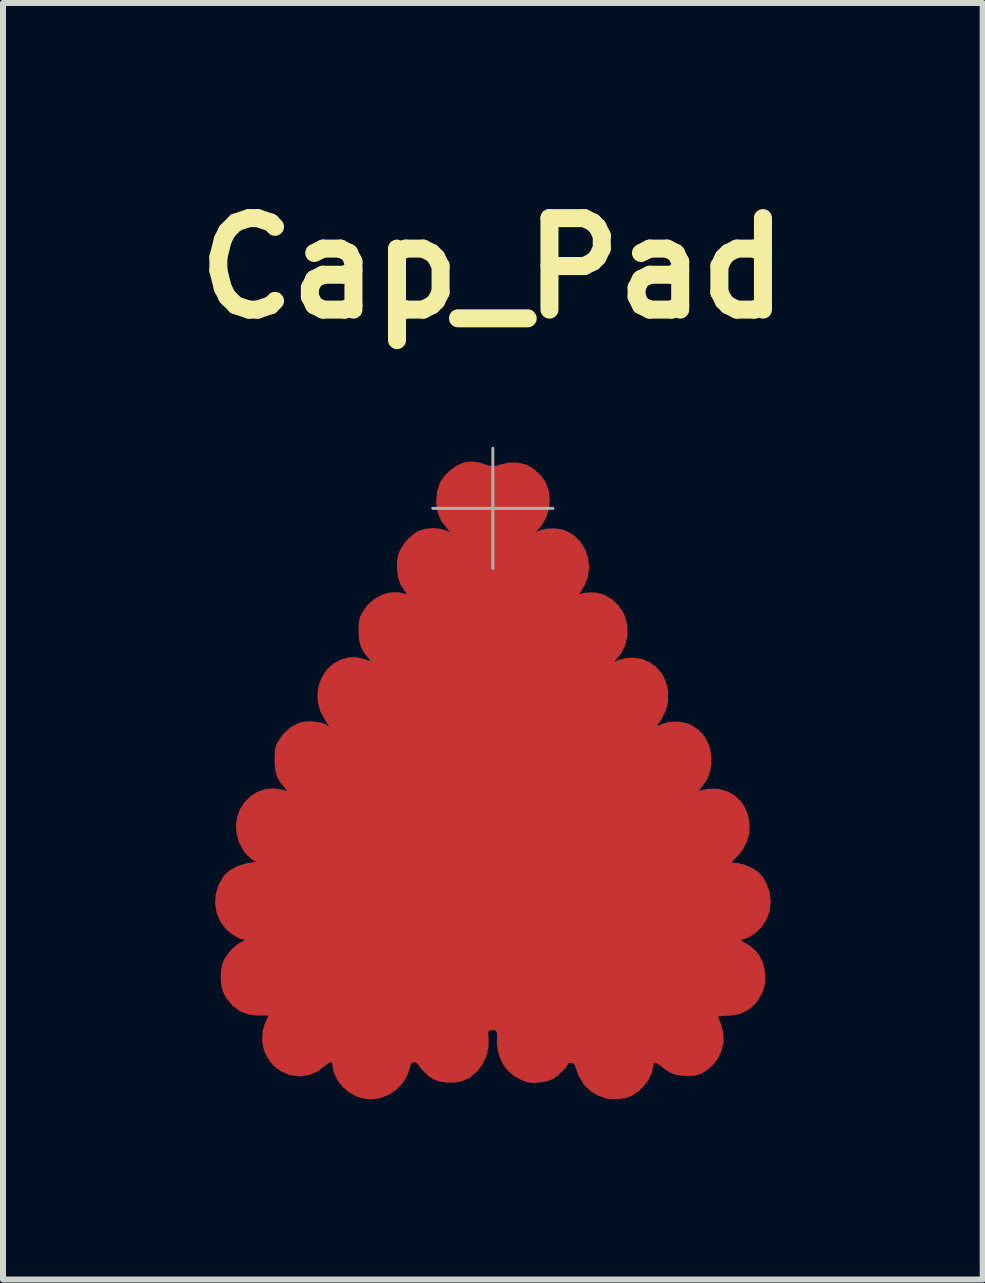
<source format=kicad_pcb>
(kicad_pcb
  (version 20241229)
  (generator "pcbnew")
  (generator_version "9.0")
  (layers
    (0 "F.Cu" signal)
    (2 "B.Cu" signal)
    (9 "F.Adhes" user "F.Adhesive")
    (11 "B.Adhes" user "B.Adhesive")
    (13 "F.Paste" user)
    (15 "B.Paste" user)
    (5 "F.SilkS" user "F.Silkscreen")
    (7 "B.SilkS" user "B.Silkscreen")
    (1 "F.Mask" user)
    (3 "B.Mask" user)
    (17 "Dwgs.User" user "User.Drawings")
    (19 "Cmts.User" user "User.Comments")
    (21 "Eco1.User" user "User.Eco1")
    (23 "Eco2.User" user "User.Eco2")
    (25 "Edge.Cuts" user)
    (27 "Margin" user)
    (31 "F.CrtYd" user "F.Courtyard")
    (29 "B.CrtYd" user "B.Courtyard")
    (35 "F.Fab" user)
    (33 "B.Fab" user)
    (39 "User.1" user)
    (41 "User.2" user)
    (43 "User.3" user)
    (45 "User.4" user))
  (footprint "Cap_Pad"
    (layer "F.Cu")
    (at 5.16 5.418)
    (property "Reference" "Cap_Pad" (at 0 -4 0) (layer "F.SilkS") (effects (font (size 1.524 1.524) (thickness 0.3))))
    (attr exclude_from_pos_files exclude_from_bom)
    (fp_circle (center -3.49 6.71) (end -3.489 6.71) (stroke (width 0.3) (type solid)) (fill no) (layer "F.Mask"))
    (fp_circle (center -3.44 7.39) (end -3.439 7.39) (stroke (width 0.3) (type solid)) (fill no) (layer "F.Mask"))
    (fp_circle (center -3.39 6.02) (end -3.389 6.02) (stroke (width 0.3) (type solid)) (fill no) (layer "F.Mask"))
    (fp_circle (center -3.19 7.94) (end -3.189 7.94) (stroke (width 0.3) (type solid)) (fill no) (layer "F.Mask"))
    (fp_circle (center -3.18 5.35) (end -3.179 5.35) (stroke (width 0.3) (type solid)) (fill no) (layer "F.Mask"))
    (fp_circle (center -2.94 4.81) (end -2.939 4.81) (stroke (width 0.3) (type solid)) (fill no) (layer "F.Mask"))
    (fp_circle (center -2.8 8.37) (end -2.799 8.37) (stroke (width 0.3) (type solid)) (fill no) (layer "F.Mask"))
    (fp_circle (center -2.6 4.29) (end -2.599 4.29) (stroke (width 0.3) (type solid)) (fill no) (layer "F.Mask"))
    (fp_circle (center -2.22 3.7) (end -2.219 3.7) (stroke (width 0.3) (type solid)) (fill no) (layer "F.Mask"))
    (fp_circle (center -2.19 8.6) (end -2.189 8.6) (stroke (width 0.3) (type solid)) (fill no) (layer "F.Mask"))
    (fp_circle (center -1.78 3.12) (end -1.779 3.12) (stroke (width 0.3) (type solid)) (fill no) (layer "F.Mask"))
    (fp_circle (center -1.56 8.59) (end -1.559 8.59) (stroke (width 0.3) (type solid)) (fill no) (layer "F.Mask"))
    (fp_circle (center -1.45 2.51) (end -1.449 2.51) (stroke (width 0.3) (type solid)) (fill no) (layer "F.Mask"))
    (fp_circle (center -1.07 1.9) (end -1.069 1.9) (stroke (width 0.3) (type solid)) (fill no) (layer "F.Mask"))
    (fp_circle (center -0.95 8.42) (end -0.949 8.42) (stroke (width 0.3) (type solid)) (fill no) (layer "F.Mask"))
    (fp_circle (center -0.74 1.39) (end -0.739 1.39) (stroke (width 0.3) (type solid)) (fill no) (layer "F.Mask"))
    (fp_circle (center -0.4 0.8) (end -0.399 0.8) (stroke (width 0.3) (type solid)) (fill no) (layer "F.Mask"))
    (fp_circle (center -0.33 8.14) (end -0.329 8.14) (stroke (width 0.3) (type solid)) (fill no) (layer "F.Mask"))
    (fp_circle (center 0 0.24) (end 0.001 0.24) (stroke (width 0.3) (type solid)) (fill no) (layer "F.Mask"))
    (fp_circle (center 0.33 8.14) (end 0.331 8.14) (stroke (width 0.3) (type solid)) (fill no) (layer "F.Mask"))
    (fp_circle (center 0.39 0.8) (end 0.391 0.8) (stroke (width 0.3) (type solid)) (fill no) (layer "F.Mask"))
    (fp_circle (center 0.74 1.39) (end 0.741 1.39) (stroke (width 0.3) (type solid)) (fill no) (layer "F.Mask"))
    (fp_circle (center 0.96 8.41) (end 0.961 8.41) (stroke (width 0.3) (type solid)) (fill no) (layer "F.Mask"))
    (fp_circle (center 1.07 1.91) (end 1.071 1.91) (stroke (width 0.3) (type solid)) (fill no) (layer "F.Mask"))
    (fp_circle (center 1.46 2.52) (end 1.461 2.52) (stroke (width 0.3) (type solid)) (fill no) (layer "F.Mask"))
    (fp_circle (center 1.56 8.59) (end 1.561 8.59) (stroke (width 0.3) (type solid)) (fill no) (layer "F.Mask"))
    (fp_circle (center 1.77 3.11) (end 1.771 3.11) (stroke (width 0.3) (type solid)) (fill no) (layer "F.Mask"))
    (fp_circle (center 2.19 8.6) (end 2.191 8.6) (stroke (width 0.3) (type solid)) (fill no) (layer "F.Mask"))
    (fp_circle (center 2.23 3.71) (end 2.231 3.71) (stroke (width 0.3) (type solid)) (fill no) (layer "F.Mask"))
    (fp_circle (center 2.62 4.3) (end 2.621 4.3) (stroke (width 0.3) (type solid)) (fill no) (layer "F.Mask"))
    (fp_circle (center 2.8 8.37) (end 2.801 8.37) (stroke (width 0.3) (type solid)) (fill no) (layer "F.Mask"))
    (fp_circle (center 2.94 4.81) (end 2.941 4.81) (stroke (width 0.3) (type solid)) (fill no) (layer "F.Mask"))
    (fp_circle (center 3.19 5.35) (end 3.191 5.35) (stroke (width 0.3) (type solid)) (fill no) (layer "F.Mask"))
    (fp_circle (center 3.19 7.94) (end 3.191 7.94) (stroke (width 0.3) (type solid)) (fill no) (layer "F.Mask"))
    (fp_circle (center 3.4 6.04) (end 3.401 6.04) (stroke (width 0.3) (type solid)) (fill no) (layer "F.Mask"))
    (fp_circle (center 3.44 7.39) (end 3.441 7.39) (stroke (width 0.3) (type solid)) (fill no) (layer "F.Mask"))
    (fp_circle (center 3.48 6.72) (end 3.481 6.72) (stroke (width 0.3) (type solid)) (fill no) (layer "F.Mask"))
    (fp_poly (pts (xy 0.014 0.917) (xy 0.046 0.965) (xy 0.093 1.039) (xy 0.152 1.132) (xy 0.218 1.241) (xy 0.233 1.265) (xy 0.411 1.556) (xy 0.595 1.856) (xy 0.784 2.158) (xy 0.974 2.459) (xy 1.162 2.755) (xy 1.345 3.04) (xy 1.521 3.311) (xy 1.686 3.563) (xy 1.839 3.792) (xy 1.975 3.992) (xy 2.085 4.149) (xy 2.265 4.406) (xy 2.42 4.636) (xy 2.552 4.843) (xy 2.663 5.032) (xy 2.756 5.207) (xy 2.834 5.373) (xy 2.899 5.534) (xy 2.952 5.696) (xy 2.997 5.862) (xy 3.02 5.963) (xy 3.039 6.085) (xy 3.052 6.233) (xy 3.059 6.395) (xy 3.059 6.56) (xy 3.053 6.719) (xy 3.041 6.859) (xy 3.022 6.97) (xy 3.018 6.985) (xy 2.932 7.234) (xy 2.818 7.452) (xy 2.675 7.639) (xy 2.504 7.794) (xy 2.305 7.918) (xy 2.078 8.01) (xy 1.984 8.037) (xy 1.899 8.056) (xy 1.823 8.068) (xy 1.742 8.073) (xy 1.642 8.073) (xy 1.544 8.069) (xy 1.242 8.034) (xy 0.938 7.958) (xy 0.634 7.841) (xy 0.332 7.683) (xy 0.143 7.564) (xy 0.08 7.523) (xy 0.028 7.494) (xy 0.001 7.483) (xy 0.001 7.483) (xy -0.025 7.494) (xy -0.078 7.523) (xy -0.148 7.566) (xy -0.196 7.596) (xy -0.514 7.78) (xy -0.839 7.923) (xy -1.126 8.014) (xy -1.275 8.044) (xy -1.441 8.063) (xy -1.613 8.071) (xy -1.779 8.067) (xy -1.924 8.052) (xy -2.002 8.035) (xy -2.238 7.951) (xy -2.447 7.835) (xy -2.628 7.688) (xy -2.78 7.509) (xy -2.904 7.3) (xy -2.998 7.06) (xy -3.02 6.985) (xy -3.04 6.88) (xy -3.053 6.744) (xy -3.061 6.588) (xy -3.061 6.423) (xy -3.056 6.259) (xy -3.044 6.109) (xy -3.025 5.982) (xy -3.022 5.963) (xy -2.948 5.684) (xy -2.848 5.408) (xy -2.718 5.13) (xy -2.556 4.844) (xy -2.389 4.587) (xy -2.036 4.067) (xy -1.705 3.574) (xy -1.393 3.102) (xy -1.096 2.644) (xy -0.81 2.196) (xy -0.531 1.75) (xy -0.286 1.35) (xy -0.21 1.226) (xy -0.141 1.116) (xy -0.083 1.023) (xy -0.038 0.953) (xy -0.009 0.911) (xy 0 0.9) (xy 0.014 0.917)) (stroke (width 0.01) (type solid)) (fill yes) (layer "F.Mask"))
    (fp_poly (pts (xy -0.182 -0.751) (xy -0.149 -0.741) (xy -0.000001 -0.693) (xy 0.149 -0.741) (xy 0.309 -0.773) (xy 0.46 -0.764) (xy 0.599 -0.715) (xy 0.727 -0.626) (xy 0.751 -0.602) (xy 0.851 -0.473) (xy 0.914 -0.325) (xy 0.94 -0.158) (xy 0.94 -0.127) (xy 0.927 0.025) (xy 0.884 0.155) (xy 0.807 0.275) (xy 0.776 0.311) (xy 0.7 0.395) (xy 0.821 0.354) (xy 0.965 0.325) (xy 1.105 0.334) (xy 1.235 0.377) (xy 1.351 0.449) (xy 1.45 0.547) (xy 1.527 0.665) (xy 1.578 0.799) (xy 1.599 0.945) (xy 1.585 1.099) (xy 1.577 1.132) (xy 1.548 1.219) (xy 1.509 1.305) (xy 1.483 1.347) (xy 1.422 1.435) (xy 1.5 1.413) (xy 1.601 1.4) (xy 1.718 1.407) (xy 1.831 1.431) (xy 1.898 1.457) (xy 2 1.527) (xy 2.094 1.625) (xy 2.17 1.738) (xy 2.211 1.832) (xy 2.241 1.99) (xy 2.233 2.149) (xy 2.191 2.3) (xy 2.116 2.435) (xy 2.071 2.49) (xy 2.008 2.556) (xy 2.12 2.517) (xy 2.277 2.481) (xy 2.422 2.487) (xy 2.559 2.534) (xy 2.687 2.622) (xy 2.732 2.665) (xy 2.829 2.781) (xy 2.889 2.901) (xy 2.917 3.036) (xy 2.921 3.123) (xy 2.907 3.273) (xy 2.861 3.407) (xy 2.782 3.537) (xy 2.707 3.64) (xy 2.808 3.593) (xy 2.919 3.56) (xy 3.045 3.548) (xy 3.17 3.558) (xy 3.266 3.586) (xy 3.381 3.656) (xy 3.485 3.758) (xy 3.568 3.879) (xy 3.587 3.919) (xy 3.617 3.991) (xy 3.634 4.051) (xy 3.639 4.116) (xy 3.637 4.204) (xy 3.636 4.22) (xy 3.619 4.362) (xy 3.581 4.479) (xy 3.517 4.586) (xy 3.466 4.65) (xy 3.429 4.695) (xy 3.421 4.714) (xy 3.439 4.711) (xy 3.44 4.711) (xy 3.593 4.67) (xy 3.745 4.669) (xy 3.888 4.706) (xy 4.018 4.779) (xy 4.129 4.885) (xy 4.206 5.004) (xy 4.251 5.131) (xy 4.272 5.275) (xy 4.267 5.419) (xy 4.256 5.476) (xy 4.221 5.571) (xy 4.165 5.671) (xy 4.098 5.761) (xy 4.03 5.826) (xy 4.022 5.831) (xy 3.98 5.862) (xy 3.959 5.884) (xy 3.958 5.887) (xy 3.977 5.896) (xy 4.026 5.906) (xy 4.072 5.911) (xy 4.222 5.946) (xy 4.351 6.012) (xy 4.458 6.105) (xy 4.539 6.219) (xy 4.595 6.349) (xy 4.622 6.488) (xy 4.619 6.632) (xy 4.584 6.775) (xy 4.516 6.91) (xy 4.425 7.022) (xy 4.346 7.086) (xy 4.26 7.137) (xy 4.231 7.149) (xy 4.162 7.176) (xy 4.132 7.197) (xy 4.141 7.213) (xy 4.177 7.226) (xy 4.239 7.256) (xy 4.312 7.314) (xy 4.385 7.39) (xy 4.448 7.473) (xy 4.479 7.528) (xy 4.527 7.672) (xy 4.538 7.826) (xy 4.513 7.981) (xy 4.454 8.129) (xy 4.373 8.248) (xy 4.324 8.294) (xy 4.252 8.344) (xy 4.187 8.381) (xy 4.106 8.417) (xy 4.035 8.437) (xy 3.954 8.445) (xy 3.902 8.445) (xy 3.827 8.446) (xy 3.772 8.449) (xy 3.747 8.453) (xy 3.747 8.453) (xy 3.754 8.476) (xy 3.775 8.524) (xy 3.792 8.565) (xy 3.826 8.671) (xy 3.839 8.797) (xy 3.839 8.817) (xy 3.837 8.907) (xy 3.825 8.978) (xy 3.798 9.051) (xy 3.771 9.109) (xy 3.684 9.243) (xy 3.573 9.346) (xy 3.445 9.415) (xy 3.305 9.451) (xy 3.16 9.452) (xy 3.015 9.417) (xy 2.875 9.345) (xy 2.802 9.287) (xy 2.737 9.238) (xy 2.693 9.226) (xy 2.67 9.25) (xy 2.667 9.28) (xy 2.648 9.387) (xy 2.597 9.5) (xy 2.521 9.609) (xy 2.426 9.703) (xy 2.32 9.773) (xy 2.302 9.781) (xy 2.166 9.821) (xy 2.015 9.833) (xy 1.866 9.815) (xy 1.762 9.781) (xy 1.66 9.72) (xy 1.564 9.634) (xy 1.481 9.533) (xy 1.418 9.426) (xy 1.382 9.322) (xy 1.376 9.27) (xy 1.357 9.237) (xy 1.323 9.223) (xy 1.282 9.224) (xy 1.248 9.251) (xy 1.226 9.284) (xy 1.13 9.403) (xy 1.011 9.49) (xy 0.877 9.543) (xy 0.732 9.564) (xy 0.585 9.549) (xy 0.441 9.499) (xy 0.306 9.413) (xy 0.297 9.406) (xy 0.201 9.299) (xy 0.128 9.166) (xy 0.083 9.018) (xy 0.072 8.866) (xy 0.074 8.826) (xy 0.08 8.757) (xy 0.075 8.717) (xy 0.058 8.693) (xy 0.044 8.683) (xy -0.000229 8.667) (xy -0.044 8.683) (xy -0.068 8.704) (xy -0.079 8.735) (xy -0.078 8.788) (xy -0.074 8.826) (xy -0.076 8.965) (xy -0.107 9.11) (xy -0.162 9.241) (xy -0.178 9.267) (xy -0.277 9.388) (xy -0.401 9.479) (xy -0.542 9.539) (xy -0.693 9.565) (xy -0.845 9.553) (xy -0.91 9.536) (xy -1.002 9.491) (xy -1.099 9.42) (xy -1.189 9.334) (xy -1.25 9.255) (xy -1.287 9.225) (xy -1.33 9.22) (xy -1.365 9.238) (xy -1.376 9.27) (xy -1.394 9.367) (xy -1.443 9.474) (xy -1.516 9.579) (xy -1.605 9.674) (xy -1.704 9.749) (xy -1.762 9.779) (xy -1.88 9.816) (xy -2.009 9.834) (xy -2.132 9.831) (xy -2.212 9.814) (xy -2.328 9.768) (xy -2.419 9.712) (xy -2.501 9.635) (xy -2.515 9.62) (xy -2.581 9.528) (xy -2.632 9.426) (xy -2.662 9.327) (xy -2.667 9.279) (xy -2.676 9.232) (xy -2.704 9.22) (xy -2.752 9.245) (xy -2.797 9.282) (xy -2.931 9.378) (xy -3.073 9.435) (xy -3.219 9.456) (xy -3.363 9.441) (xy -3.498 9.392) (xy -3.62 9.309) (xy -3.722 9.193) (xy -3.771 9.109) (xy -3.827 8.953) (xy -3.843 8.795) (xy -3.821 8.641) (xy -3.792 8.562) (xy -3.767 8.503) (xy -3.752 8.461) (xy -3.751 8.449) (xy -3.773 8.446) (xy -3.828 8.442) (xy -3.903 8.439) (xy -3.926 8.439) (xy -4.089 8.42) (xy -4.225 8.369) (xy -4.338 8.283) (xy -4.432 8.162) (xy -4.469 8.094) (xy -4.524 7.938) (xy -4.54 7.78) (xy -4.517 7.627) (xy -4.456 7.484) (xy -4.358 7.357) (xy -4.324 7.324) (xy -4.263 7.276) (xy -4.207 7.239) (xy -4.177 7.226) (xy -4.137 7.211) (xy -4.134 7.194) (xy -4.17 7.172) (xy -4.228 7.15) (xy -4.351 7.084) (xy -4.387 7.052) (xy -4 7.052) (xy -3.978 7.374) (xy -3.922 7.68) (xy -3.832 7.967) (xy -3.707 8.235) (xy -3.552 8.474) (xy -3.389 8.657) (xy -3.195 8.813) (xy -2.972 8.942) (xy -2.725 9.041) (xy -2.456 9.108) (xy -2.365 9.123) (xy -2.243 9.133) (xy -2.092 9.135) (xy -1.925 9.128) (xy -1.757 9.114) (xy -1.598 9.094) (xy -1.517 9.08) (xy -1.236 9.009) (xy -0.942 8.909) (xy -0.65 8.787) (xy -0.371 8.646) (xy -0.215 8.555) (xy -0.136 8.508) (xy -0.066 8.471) (xy -0.017 8.449) (xy -0.002 8.445) (xy 0.031 8.456) (xy 0.091 8.484) (xy 0.168 8.526) (xy 0.235 8.566) (xy 0.532 8.729) (xy 0.839 8.867) (xy 1.149 8.979) (xy 1.455 9.061) (xy 1.748 9.11) (xy 1.842 9.119) (xy 2.157 9.125) (xy 2.45 9.096) (xy 2.721 9.033) (xy 2.969 8.934) (xy 3.193 8.803) (xy 3.392 8.637) (xy 3.566 8.439) (xy 3.712 8.209) (xy 3.749 8.138) (xy 3.862 7.858) (xy 3.94 7.559) (xy 3.983 7.241) (xy 3.991 6.909) (xy 3.964 6.565) (xy 3.902 6.211) (xy 3.806 5.85) (xy 3.676 5.485) (xy 3.512 5.118) (xy 3.501 5.095) (xy 3.463 5.022) (xy 3.428 4.953) (xy 3.391 4.886) (xy 3.351 4.816) (xy 3.305 4.738) (xy 3.249 4.649) (xy 3.182 4.543) (xy 3.101 4.417) (xy 3.002 4.266) (xy 2.884 4.085) (xy 2.835 4.011) (xy 2.592 3.636) (xy 2.331 3.226) (xy 2.055 2.786) (xy 1.766 2.319) (xy 1.467 1.828) (xy 1.159 1.318) (xy 0.845 0.792) (xy 0.527 0.252) (xy 0.358 -0.036) (xy 0.258 -0.208) (xy 0.176 -0.345) (xy 0.111 -0.451) (xy 0.061 -0.527) (xy 0.025 -0.577) (xy 0.001 -0.603) (xy -0.012 -0.608) (xy -0.014 -0.607) (xy -0.029 -0.584) (xy -0.064 -0.528) (xy -0.115 -0.444) (xy -0.181 -0.333) (xy -0.259 -0.201) (xy -0.348 -0.05) (xy -0.445 0.114) (xy -0.545 0.286) (xy -0.856 0.816) (xy -1.15 1.312) (xy -1.429 1.777) (xy -1.694 2.213) (xy -1.947 2.625) (xy -2.191 3.014) (xy -2.427 3.385) (xy -2.657 3.739) (xy -2.879 4.074) (xy -3.019 4.286) (xy -3.138 4.468) (xy -3.238 4.627) (xy -3.324 4.767) (xy -3.397 4.894) (xy -3.462 5.013) (xy -3.521 5.13) (xy -3.578 5.25) (xy -3.592 5.281) (xy -3.743 5.649) (xy -3.858 6.012) (xy -3.94 6.369) (xy -3.987 6.716) (xy -4 7.052) (xy -4.387 7.052) (xy -4.458 6.987) (xy -4.542 6.864) (xy -4.598 6.724) (xy -4.622 6.576) (xy -4.622 6.564) (xy -4.606 6.394) (xy -4.554 6.244) (xy -4.47 6.116) (xy -4.357 6.016) (xy -4.217 5.945) (xy -4.058 5.909) (xy -3.929 5.895) (xy -4.014 5.839) (xy -4.118 5.746) (xy -4.197 5.625) (xy -4.25 5.482) (xy -4.273 5.327) (xy -4.271 5.242) (xy -4.239 5.085) (xy -4.175 4.948) (xy -4.084 4.834) (xy -3.97 4.747) (xy -3.838 4.69) (xy -3.695 4.666) (xy -3.546 4.679) (xy -3.44 4.711) (xy -3.421 4.714) (xy -3.429 4.695) (xy -3.465 4.65) (xy -3.466 4.65) (xy -3.552 4.534) (xy -3.605 4.416) (xy -3.632 4.28) (xy -3.636 4.229) (xy -3.632 4.07) (xy -3.597 3.932) (xy -3.528 3.809) (xy -3.477 3.745) (xy -3.36 3.644) (xy -3.226 3.577) (xy -3.083 3.546) (xy -2.937 3.553) (xy -2.808 3.593) (xy -2.707 3.64) (xy -2.782 3.537) (xy -2.863 3.404) (xy -2.908 3.269) (xy -2.921 3.123) (xy -2.908 2.974) (xy -2.867 2.847) (xy -2.791 2.73) (xy -2.732 2.665) (xy -2.607 2.561) (xy -2.474 2.499) (xy -2.331 2.479) (xy -2.179 2.499) (xy -2.12 2.517) (xy -2.008 2.556) (xy -2.071 2.49) (xy -2.149 2.393) (xy -2.199 2.294) (xy -2.225 2.179) (xy -2.233 2.043) (xy -2.231 1.939) (xy -2.223 1.864) (xy -2.206 1.804) (xy -2.185 1.754) (xy -2.104 1.629) (xy -1.999 1.523) (xy -1.899 1.458) (xy -1.815 1.427) (xy -1.711 1.407) (xy -1.606 1.399) (xy -1.516 1.406) (xy -1.485 1.414) (xy -1.421 1.436) (xy -1.483 1.348) (xy -1.538 1.245) (xy -1.578 1.122) (xy -1.6 0.998) (xy -1.599 0.891) (xy -1.558 0.735) (xy -1.487 0.598) (xy -1.392 0.485) (xy -1.276 0.4) (xy -1.146 0.345) (xy -1.006 0.325) (xy -0.861 0.342) (xy -0.821 0.354) (xy -0.7 0.395) (xy -0.776 0.311) (xy -0.867 0.18) (xy -0.923 0.034) (xy -0.944 -0.12) (xy -0.928 -0.275) (xy -0.878 -0.423) (xy -0.792 -0.557) (xy -0.751 -0.602) (xy -0.626 -0.7) (xy -0.489 -0.758) (xy -0.34 -0.775) (xy -0.182 -0.751)) (stroke (width 0.01) (type solid)) (fill yes) (layer "F.Mask"))
    (fp_line (start 0 -1) (end 0 1) (stroke (width 0.05) (type solid)) (layer "F.Fab"))
    (fp_line (start 1 0) (end -1 0) (stroke (width 0.05) (type solid)) (layer "F.Fab"))
    (pad "1" smd custom (at 0 5) (size 1 1) (layers "F.Cu") (options (anchor circle)) (primitives (gr_poly (pts (xy -0.197 -5.752) (xy -0.159 -5.738) (xy -0.072 -5.708) (xy -0.007 -5.696) (xy 0.053 -5.701) (xy 0.124 -5.723) (xy 0.138 -5.728) (xy 0.264 -5.757) (xy 0.403 -5.758) (xy 0.534 -5.731) (xy 0.582 -5.712) (xy 0.683 -5.649) (xy 0.78 -5.56) (xy 0.857 -5.462) (xy 0.875 -5.43) (xy 0.926 -5.288) (xy 0.942 -5.135) (xy 0.926 -4.981) (xy 0.878 -4.835) (xy 0.8 -4.707) (xy 0.761 -4.664) (xy 0.719 -4.621) (xy 0.709 -4.602) (xy 0.732 -4.606) (xy 0.791 -4.63) (xy 0.793 -4.631) (xy 0.903 -4.658) (xy 1.029 -4.662) (xy 1.154 -4.643) (xy 1.221 -4.62) (xy 1.354 -4.539) (xy 1.46 -4.432) (xy 1.537 -4.304) (xy 1.584 -4.162) (xy 1.598 -4.012) (xy 1.578 -3.862) (xy 1.524 -3.717) (xy 1.465 -3.626) (xy 1.435 -3.581) (xy 1.432 -3.564) (xy 1.446 -3.567) (xy 1.487 -3.577) (xy 1.551 -3.589) (xy 1.586 -3.594) (xy 1.723 -3.592) (xy 1.858 -3.552) (xy 1.982 -3.479) (xy 2.089 -3.378) (xy 2.173 -3.252) (xy 2.2 -3.19) (xy 2.238 -3.033) (xy 2.237 -2.875) (xy 2.2 -2.721) (xy 2.128 -2.582) (xy 2.068 -2.508) (xy 2.028 -2.463) (xy 2.018 -2.444) (xy 2.041 -2.446) (xy 2.099 -2.469) (xy 2.109 -2.473) (xy 2.177 -2.493) (xy 2.264 -2.506) (xy 2.318 -2.508) (xy 2.469 -2.49) (xy 2.607 -2.434) (xy 2.725 -2.347) (xy 2.819 -2.232) (xy 2.884 -2.094) (xy 2.916 -1.939) (xy 2.912 -1.769) (xy 2.869 -1.614) (xy 2.793 -1.477) (xy 2.753 -1.418) (xy 2.726 -1.376) (xy 2.718 -1.359) (xy 2.718 -1.359) (xy 2.74 -1.367) (xy 2.788 -1.388) (xy 2.818 -1.401) (xy 2.945 -1.438) (xy 3.085 -1.444) (xy 3.222 -1.419) (xy 3.298 -1.389) (xy 3.428 -1.302) (xy 3.53 -1.186) (xy 3.599 -1.047) (xy 3.633 -0.889) (xy 3.636 -0.767) (xy 3.615 -0.621) (xy 3.569 -0.497) (xy 3.491 -0.38) (xy 3.466 -0.35) (xy 3.429 -0.305) (xy 3.42 -0.285) (xy 3.438 -0.287) (xy 3.44 -0.288) (xy 3.565 -0.319) (xy 3.702 -0.327) (xy 3.768 -0.32) (xy 3.913 -0.278) (xy 4.036 -0.205) (xy 4.135 -0.106) (xy 4.208 0.012) (xy 4.254 0.145) (xy 4.272 0.287) (xy 4.261 0.431) (xy 4.218 0.573) (xy 4.142 0.707) (xy 4.059 0.802) (xy 3.958 0.9) (xy 4.068 0.913) (xy 4.183 0.939) (xy 4.298 0.986) (xy 4.398 1.047) (xy 4.458 1.102) (xy 4.549 1.24) (xy 4.604 1.39) (xy 4.623 1.547) (xy 4.606 1.702) (xy 4.553 1.849) (xy 4.464 1.981) (xy 4.436 2.012) (xy 4.368 2.071) (xy 4.291 2.123) (xy 4.218 2.161) (xy 4.162 2.175) (xy 4.16 2.175) (xy 4.131 2.186) (xy 4.134 2.207) (xy 4.168 2.228) (xy 4.234 2.261) (xy 4.311 2.317) (xy 4.382 2.384) (xy 4.431 2.445) (xy 4.489 2.557) (xy 4.521 2.673) (xy 4.532 2.812) (xy 4.532 2.821) (xy 4.529 2.911) (xy 4.514 2.986) (xy 4.482 3.066) (xy 4.467 3.098) (xy 4.378 3.237) (xy 4.266 3.341) (xy 4.131 3.41) (xy 3.971 3.444) (xy 3.889 3.448) (xy 3.818 3.451) (xy 3.767 3.457) (xy 3.747 3.465) (xy 3.747 3.465) (xy 3.754 3.493) (xy 3.775 3.545) (xy 3.792 3.585) (xy 3.834 3.73) (xy 3.838 3.879) (xy 3.807 4.027) (xy 3.743 4.164) (xy 3.649 4.283) (xy 3.527 4.378) (xy 3.511 4.388) (xy 3.446 4.421) (xy 3.388 4.44) (xy 3.322 4.449) (xy 3.23 4.451) (xy 3.228 4.451) (xy 3.094 4.441) (xy 2.985 4.411) (xy 2.883 4.352) (xy 2.808 4.292) (xy 2.743 4.244) (xy 2.696 4.23) (xy 2.671 4.25) (xy 2.667 4.278) (xy 2.648 4.387) (xy 2.597 4.501) (xy 2.52 4.61) (xy 2.425 4.705) (xy 2.32 4.777) (xy 2.243 4.809) (xy 2.075 4.839) (xy 1.914 4.83) (xy 1.764 4.784) (xy 1.631 4.705) (xy 1.519 4.595) (xy 1.435 4.456) (xy 1.398 4.359) (xy 1.376 4.29) (xy 1.354 4.253) (xy 1.326 4.236) (xy 1.306 4.233) (xy 1.264 4.234) (xy 1.249 4.245) (xy 1.234 4.279) (xy 1.194 4.329) (xy 1.139 4.386) (xy 1.078 4.443) (xy 1.019 4.488) (xy 0.987 4.508) (xy 0.892 4.541) (xy 0.771 4.561) (xy 0.748 4.563) (xy 0.66 4.566) (xy 0.593 4.559) (xy 0.528 4.539) (xy 0.473 4.516) (xy 0.346 4.445) (xy 0.248 4.359) (xy 0.177 4.265) (xy 0.126 4.161) (xy 0.089 4.038) (xy 0.071 3.915) (xy 0.074 3.828) (xy 0.075 3.746) (xy 0.052 3.697) (xy 0.004 3.682) (xy -0.033 3.687) (xy -0.064 3.698) (xy -0.079 3.716) (xy -0.082 3.753) (xy -0.075 3.82) (xy -0.075 3.822) (xy -0.077 3.98) (xy -0.115 4.132) (xy -0.185 4.272) (xy -0.281 4.392) (xy -0.401 4.486) (xy -0.514 4.538) (xy -0.631 4.561) (xy -0.762 4.562) (xy -0.888 4.543) (xy -0.986 4.509) (xy -1.06 4.459) (xy -1.14 4.387) (xy -1.21 4.309) (xy -1.246 4.254) (xy -1.281 4.223) (xy -1.32 4.223) (xy -1.359 4.241) (xy -1.38 4.284) (xy -1.386 4.31) (xy -1.432 4.452) (xy -1.513 4.58) (xy -1.621 4.688) (xy -1.751 4.772) (xy -1.895 4.825) (xy -2.038 4.842) (xy -2.144 4.83) (xy -2.258 4.797) (xy -2.275 4.79) (xy -2.392 4.725) (xy -2.496 4.635) (xy -2.581 4.528) (xy -2.64 4.414) (xy -2.666 4.3) (xy -2.667 4.279) (xy -2.676 4.232) (xy -2.704 4.22) (xy -2.753 4.245) (xy -2.794 4.279) (xy -2.932 4.38) (xy -3.078 4.44) (xy -3.229 4.458) (xy -3.385 4.434) (xy -3.39 4.433) (xy -3.533 4.371) (xy -3.653 4.277) (xy -3.746 4.159) (xy -3.81 4.022) (xy -3.839 3.874) (xy -3.831 3.72) (xy -3.822 3.678) (xy -3.799 3.6) (xy -3.772 3.532) (xy -3.755 3.498) (xy -3.736 3.461) (xy -3.738 3.444) (xy -3.739 3.444) (xy -3.768 3.444) (xy -3.827 3.444) (xy -3.903 3.445) (xy -3.905 3.445) (xy -4.065 3.428) (xy -4.209 3.373) (xy -4.333 3.282) (xy -4.436 3.157) (xy -4.487 3.061) (xy -4.516 2.961) (xy -4.529 2.839) (xy -4.524 2.709) (xy -4.502 2.59) (xy -4.494 2.566) (xy -4.458 2.492) (xy -4.4 2.411) (xy -4.332 2.334) (xy -4.261 2.271) (xy -4.198 2.232) (xy -4.183 2.227) (xy -4.141 2.209) (xy -4.128 2.189) (xy -4.146 2.177) (xy -4.16 2.175) (xy -4.216 2.162) (xy -4.288 2.125) (xy -4.365 2.073) (xy -4.434 2.014) (xy -4.436 2.012) (xy -4.534 1.884) (xy -4.596 1.74) (xy -4.622 1.586) (xy -4.612 1.43) (xy -4.567 1.278) (xy -4.485 1.136) (xy -4.458 1.102) (xy -4.378 1.032) (xy -4.268 0.972) (xy -4.144 0.928) (xy -4.053 0.91) (xy -3.926 0.895) (xy -4.006 0.845) (xy -4.068 0.796) (xy -4.129 0.731) (xy -4.146 0.708) (xy -4.225 0.563) (xy -4.266 0.416) (xy -4.274 0.271) (xy -4.252 0.132) (xy -4.202 0.004) (xy -4.127 -0.109) (xy -4.031 -0.204) (xy -3.917 -0.275) (xy -3.788 -0.319) (xy -3.646 -0.33) (xy -3.495 -0.306) (xy -3.438 -0.287) (xy -3.421 -0.286) (xy -3.431 -0.308) (xy -3.466 -0.35) (xy -3.541 -0.445) (xy -3.59 -0.532) (xy -3.617 -0.626) (xy -3.629 -0.739) (xy -3.63 -0.809) (xy -3.628 -0.912) (xy -3.622 -0.986) (xy -3.608 -1.042) (xy -3.586 -1.093) (xy -3.583 -1.097) (xy -3.487 -1.241) (xy -3.37 -1.348) (xy -3.234 -1.418) (xy -3.147 -1.441) (xy -3.054 -1.448) (xy -2.95 -1.441) (xy -2.853 -1.421) (xy -2.781 -1.391) (xy -2.779 -1.39) (xy -2.74 -1.367) (xy -2.725 -1.365) (xy -2.734 -1.389) (xy -2.768 -1.44) (xy -2.793 -1.477) (xy -2.869 -1.618) (xy -2.91 -1.766) (xy -2.918 -1.914) (xy -2.894 -2.059) (xy -2.841 -2.192) (xy -2.761 -2.31) (xy -2.657 -2.407) (xy -2.53 -2.476) (xy -2.384 -2.513) (xy -2.297 -2.516) (xy -2.205 -2.502) (xy -2.095 -2.468) (xy -2.043 -2.449) (xy -2.023 -2.446) (xy -2.032 -2.464) (xy -2.067 -2.504) (xy -2.146 -2.603) (xy -2.197 -2.702) (xy -2.224 -2.813) (xy -2.233 -2.951) (xy -2.233 -2.957) (xy -2.231 -3.056) (xy -2.224 -3.126) (xy -2.209 -3.183) (xy -2.184 -3.24) (xy -2.176 -3.256) (xy -2.089 -3.382) (xy -1.979 -3.481) (xy -1.853 -3.553) (xy -1.716 -3.593) (xy -1.578 -3.599) (xy -1.451 -3.569) (xy -1.429 -3.564) (xy -1.431 -3.577) (xy -1.458 -3.616) (xy -1.465 -3.626) (xy -1.536 -3.738) (xy -1.577 -3.855) (xy -1.593 -3.992) (xy -1.594 -4.026) (xy -1.589 -4.14) (xy -1.571 -4.23) (xy -1.551 -4.284) (xy -1.484 -4.397) (xy -1.394 -4.502) (xy -1.291 -4.586) (xy -1.232 -4.62) (xy -1.119 -4.655) (xy -0.99 -4.666) (xy -0.866 -4.653) (xy -0.796 -4.632) (xy -0.733 -4.607) (xy -0.707 -4.602) (xy -0.715 -4.621) (xy -0.755 -4.665) (xy -0.767 -4.677) (xy -0.859 -4.797) (xy -0.915 -4.933) (xy -0.938 -5.09) (xy -0.938 -5.127) (xy -0.924 -5.286) (xy -0.878 -5.422) (xy -0.798 -5.542) (xy -0.738 -5.604) (xy -0.608 -5.703) (xy -0.476 -5.761) (xy -0.339 -5.777) (xy -0.197 -5.752)) (width 0.01) (fill yes)))))
  (gr_rect
    (start -3 -3)
    (end 13.32 18.265)
    (stroke (width 0.1) (type default))
    (fill no)
    (layer "Edge.Cuts")))
</source>
